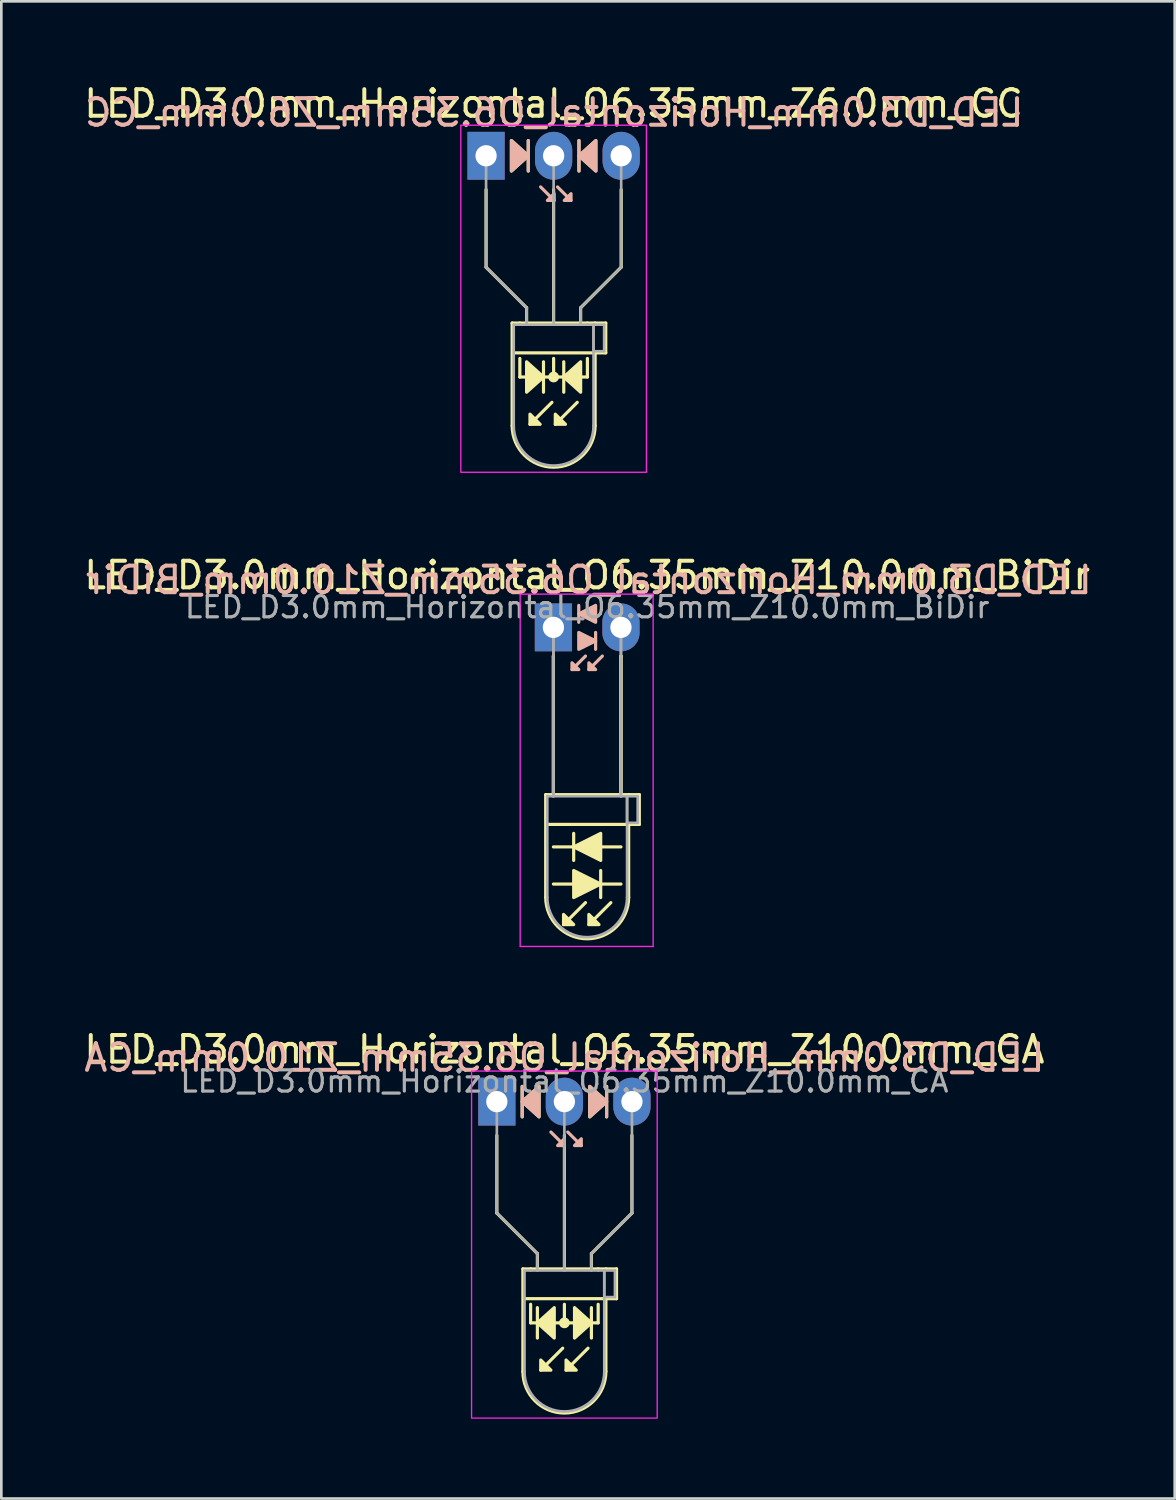
<source format=kicad_pcb>
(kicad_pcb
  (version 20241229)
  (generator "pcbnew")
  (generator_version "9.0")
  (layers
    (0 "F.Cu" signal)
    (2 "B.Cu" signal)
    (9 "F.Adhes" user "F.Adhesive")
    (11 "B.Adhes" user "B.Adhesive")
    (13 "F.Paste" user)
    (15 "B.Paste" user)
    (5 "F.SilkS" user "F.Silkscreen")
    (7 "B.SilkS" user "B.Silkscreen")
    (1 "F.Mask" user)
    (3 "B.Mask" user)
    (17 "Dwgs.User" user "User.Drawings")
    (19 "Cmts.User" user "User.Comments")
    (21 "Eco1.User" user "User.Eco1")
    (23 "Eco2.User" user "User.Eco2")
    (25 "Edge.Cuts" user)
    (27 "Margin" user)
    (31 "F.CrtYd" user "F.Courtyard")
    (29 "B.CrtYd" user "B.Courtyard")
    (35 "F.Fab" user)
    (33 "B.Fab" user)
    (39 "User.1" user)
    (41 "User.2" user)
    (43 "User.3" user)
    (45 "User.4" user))
  (footprint "LED_D3.0mm_Horizontal_O6.35mm_Z10.0mm_CA"
    (layer "F.Cu")
    (at 15.633 38.375)
    (property "Reference" "LED_D3.0mm_Horizontal_O6.35mm_Z10.0mm_CA" (at 2.54 -1.96 0) (layer "F.SilkS") (effects (font (size 1 1) (thickness 0.15))))
    (fp_line (start 0 1.27) (end 0 4.191) (stroke (width 0.12) (type default)) (layer "F.SilkS"))
    (fp_line (start 0 4.191) (end 1.524 5.715) (stroke (width 0.12) (type default)) (layer "F.SilkS"))
    (fp_line (start 0.953 -0.572) (end 0.953 0.572) (stroke (width 0.12) (type solid)) (layer "F.SilkS"))
    (fp_line (start 0.98 6.29) (end 0.98 10.15) (stroke (width 0.12) (type solid)) (layer "F.SilkS"))
    (fp_line (start 0.98 6.29) (end 4.1 6.29) (stroke (width 0.12) (type solid)) (layer "F.SilkS"))
    (fp_line (start 1.27 6.29) (end 1.27 6.29) (stroke (width 0.12) (type solid)) (layer "F.SilkS"))
    (fp_line (start 1.27 8.319) (end 1.27 7.62) (stroke (width 0.12) (type default)) (layer "F.SilkS"))
    (fp_line (start 1.524 5.715) (end 1.524 6.223) (stroke (width 0.12) (type default)) (layer "F.SilkS"))
    (fp_line (start 1.524 7.747) (end 1.524 8.89) (stroke (width 0.12) (type solid)) (layer "F.SilkS"))
    (fp_line (start 2.477 9.271) (end 1.651 10.097) (stroke (width 0.12) (type solid)) (layer "F.SilkS"))
    (fp_line (start 2.54 6.29) (end 2.54 1.27) (stroke (width 0.12) (type default)) (layer "F.SilkS"))
    (fp_line (start 2.54 8.319) (end 2.54 7.62) (stroke (width 0.12) (type default)) (layer "F.SilkS"))
    (fp_line (start 3.429 9.271) (end 2.603 10.097) (stroke (width 0.12) (type solid)) (layer "F.SilkS"))
    (fp_line (start 3.556 5.715) (end 3.556 6.223) (stroke (width 0.12) (type default)) (layer "F.SilkS"))
    (fp_line (start 3.556 8.89) (end 3.556 7.747) (stroke (width 0.12) (type solid)) (layer "F.SilkS"))
    (fp_line (start 3.81 6.29) (end 3.81 6.29) (stroke (width 0.12) (type solid)) (layer "F.SilkS"))
    (fp_line (start 3.81 8.319) (end 1.27 8.319) (stroke (width 0.12) (type default)) (layer "F.SilkS"))
    (fp_line (start 3.81 8.319) (end 3.81 7.62) (stroke (width 0.12) (type default)) (layer "F.SilkS"))
    (fp_line (start 4.1 6.29) (end 4.5 6.29) (stroke (width 0.12) (type solid)) (layer "F.SilkS"))
    (fp_line (start 4.1 7.41) (end 4.1 10.15) (stroke (width 0.12) (type solid)) (layer "F.SilkS"))
    (fp_line (start 4.128 0.572) (end 4.128 -0.572) (stroke (width 0.12) (type solid)) (layer "F.SilkS"))
    (fp_line (start 4.5 6.29) (end 4.5 7.41) (stroke (width 0.12) (type solid)) (layer "F.SilkS"))
    (fp_line (start 4.5 7.41) (end 1.016 7.41) (stroke (width 0.12) (type solid)) (layer "F.SilkS"))
    (fp_line (start 5.08 1.27) (end 5.08 4.191) (stroke (width 0.12) (type default)) (layer "F.SilkS"))
    (fp_line (start 5.08 4.191) (end 3.556 5.715) (stroke (width 0.12) (type default)) (layer "F.SilkS"))
    (fp_arc (start 4.1 10.15) (mid 2.54 11.71) (end 0.98 10.15) (stroke (width 0.12) (type solid)) (layer "F.SilkS"))
    (fp_circle (center 2.54 8.319) (end 2.682 8.319) (stroke (width 0.12) (type solid)) (fill yes) (layer "F.SilkS"))
    (fp_poly (pts (xy 1.587 0.572) (xy 0.953 0) (xy 1.587 -0.572)) (stroke (width 0.12) (type solid)) (fill yes) (layer "F.SilkS"))
    (fp_poly (pts (xy 1.651 9.716) (xy 2.032 10.097) (xy 1.651 10.097)) (stroke (width 0.12) (type solid)) (fill yes) (layer "F.SilkS"))
    (fp_poly (pts (xy 2.159 8.89) (xy 1.524 8.319) (xy 2.159 7.747)) (stroke (width 0.12) (type solid)) (fill yes) (layer "F.SilkS"))
    (fp_poly (pts (xy 2.603 9.716) (xy 2.985 10.097) (xy 2.603 10.097)) (stroke (width 0.12) (type solid)) (fill yes) (layer "F.SilkS"))
    (fp_poly (pts (xy 2.921 7.747) (xy 3.556 8.319) (xy 2.921 8.89)) (stroke (width 0.12) (type solid)) (fill yes) (layer "F.SilkS"))
    (fp_poly (pts (xy 3.493 -0.572) (xy 4.128 0) (xy 3.493 0.572)) (stroke (width 0.12) (type solid)) (fill yes) (layer "F.SilkS"))
    (fp_line (start 0.953 -0.572) (end 0.953 0.572) (stroke (width 0.12) (type solid)) (layer "B.SilkS"))
    (fp_line (start 2.54 1.651) (end 2.032 1.143) (stroke (width 0.12) (type solid)) (layer "B.SilkS"))
    (fp_line (start 3.175 1.651) (end 2.667 1.143) (stroke (width 0.12) (type solid)) (layer "B.SilkS"))
    (fp_line (start 4.128 0.572) (end 4.128 -0.572) (stroke (width 0.12) (type solid)) (layer "B.SilkS"))
    (fp_poly (pts (xy 1.587 0.572) (xy 0.953 0) (xy 1.587 -0.572)) (stroke (width 0.12) (type solid)) (fill yes) (layer "B.SilkS"))
    (fp_poly (pts (xy 2.54 1.397) (xy 2.286 1.651) (xy 2.54 1.651)) (stroke (width 0.12) (type solid)) (fill yes) (layer "B.SilkS"))
    (fp_poly (pts (xy 3.175 1.397) (xy 2.921 1.651) (xy 3.175 1.651)) (stroke (width 0.12) (type solid)) (fill yes) (layer "B.SilkS"))
    (fp_poly (pts (xy 3.493 0.572) (xy 4.128 0) (xy 3.493 -0.572)) (stroke (width 0.12) (type solid)) (fill yes) (layer "B.SilkS"))
    (fp_rect (start -0.95 -1.15) (end 6.03 11.9) (stroke (width 0.05) (type default)) (fill no) (layer "F.CrtYd"))
    (fp_line (start 0 0) (end 0 0) (stroke (width 0.1) (type solid)) (layer "F.Fab"))
    (fp_line (start 0 4.191) (end 0 0) (stroke (width 0.1) (type default)) (layer "F.Fab"))
    (fp_line (start 1.04 6.35) (end 1.04 10.15) (stroke (width 0.1) (type solid)) (layer "F.Fab"))
    (fp_line (start 1.04 6.35) (end 4.04 6.35) (stroke (width 0.1) (type solid)) (layer "F.Fab"))
    (fp_line (start 1.27 6.35) (end 1.27 6.35) (stroke (width 0.1) (type solid)) (layer "F.Fab"))
    (fp_line (start 1.524 5.715) (end 0 4.191) (stroke (width 0.1) (type default)) (layer "F.Fab"))
    (fp_line (start 1.524 6.35) (end 1.524 5.715) (stroke (width 0.1) (type default)) (layer "F.Fab"))
    (fp_line (start 2.54 0) (end 2.54 0) (stroke (width 0.1) (type solid)) (layer "F.Fab"))
    (fp_line (start 2.54 0) (end 2.54 6.35) (stroke (width 0.1) (type default)) (layer "F.Fab"))
    (fp_line (start 3.556 5.715) (end 5.08 4.191) (stroke (width 0.1) (type default)) (layer "F.Fab"))
    (fp_line (start 3.556 6.35) (end 3.556 5.715) (stroke (width 0.1) (type default)) (layer "F.Fab"))
    (fp_line (start 3.81 6.35) (end 3.81 6.35) (stroke (width 0.1) (type solid)) (layer "F.Fab"))
    (fp_line (start 4.04 6.35) (end 4.04 10.15) (stroke (width 0.1) (type solid)) (layer "F.Fab"))
    (fp_line (start 4.04 6.35) (end 4.44 6.35) (stroke (width 0.1) (type solid)) (layer "F.Fab"))
    (fp_line (start 4.04 7.35) (end 4.04 6.35) (stroke (width 0.1) (type solid)) (layer "F.Fab"))
    (fp_line (start 4.44 6.35) (end 4.44 7.35) (stroke (width 0.1) (type solid)) (layer "F.Fab"))
    (fp_line (start 4.44 7.35) (end 4.04 7.35) (stroke (width 0.1) (type solid)) (layer "F.Fab"))
    (fp_line (start 5.08 4.191) (end 5.08 0) (stroke (width 0.1) (type default)) (layer "F.Fab"))
    (fp_arc (start 4.04 10.15) (mid 2.54 11.65) (end 1.04 10.15) (stroke (width 0.1) (type solid)) (layer "F.Fab"))
    (fp_text user "${REFERENCE}" (at 2.54 -1.651 0) (layer "B.SilkS") (effects (font (size 1 1) (thickness 0.15)) (justify mirror)))
    (fp_text user "${REFERENCE}" (at 2.54 -0.762 0) (layer "F.Fab") (effects (font (size 0.8 0.8) (thickness 0.12))))
    (pad "1" thru_hole rect (at 0 0) (size 1.4 1.8) (drill 0.8) (layers "*.Cu" "*.Mask"))
    (pad "2" thru_hole oval (at 2.54 0) (size 1.4 1.8) (drill 0.8) (layers "*.Cu" "*.Mask"))
    (pad "3" thru_hole oval (at 5.08 0) (size 1.4 1.8) (drill 0.8) (layers "*.Cu" "*.Mask")))
  (footprint "LED_D3.0mm_Horizontal_O6.35mm_Z6.0mm_CC"
    (layer "F.Cu")
    (at 15.228 2.808)
    (property "Reference" "LED_D3.0mm_Horizontal_O6.35mm_Z6.0mm_CC" (at 2.54 -1.96 0) (layer "F.SilkS") (effects (font (size 1 1) (thickness 0.15))))
    (fp_line (start 0 1.27) (end 0 4.191) (stroke (width 0.12) (type default)) (layer "F.SilkS"))
    (fp_line (start 0 4.191) (end 1.524 5.715) (stroke (width 0.12) (type default)) (layer "F.SilkS"))
    (fp_line (start 0.98 6.29) (end 0.98 10.15) (stroke (width 0.12) (type solid)) (layer "F.SilkS"))
    (fp_line (start 0.98 6.29) (end 4.1 6.29) (stroke (width 0.12) (type solid)) (layer "F.SilkS"))
    (fp_line (start 1.27 6.29) (end 1.27 6.29) (stroke (width 0.12) (type solid)) (layer "F.SilkS"))
    (fp_line (start 1.27 8.319) (end 1.27 7.62) (stroke (width 0.12) (type default)) (layer "F.SilkS"))
    (fp_line (start 1.524 5.715) (end 1.524 6.223) (stroke (width 0.12) (type default)) (layer "F.SilkS"))
    (fp_line (start 1.587 0.572) (end 1.587 -0.572) (stroke (width 0.12) (type solid)) (layer "F.SilkS"))
    (fp_line (start 2.159 8.89) (end 2.159 7.747) (stroke (width 0.12) (type solid)) (layer "F.SilkS"))
    (fp_line (start 2.477 9.271) (end 1.651 10.097) (stroke (width 0.12) (type solid)) (layer "F.SilkS"))
    (fp_line (start 2.54 6.29) (end 2.54 1.27) (stroke (width 0.12) (type default)) (layer "F.SilkS"))
    (fp_line (start 2.54 8.319) (end 2.54 7.62) (stroke (width 0.12) (type default)) (layer "F.SilkS"))
    (fp_line (start 2.921 7.747) (end 2.921 8.89) (stroke (width 0.12) (type solid)) (layer "F.SilkS"))
    (fp_line (start 3.429 9.271) (end 2.603 10.097) (stroke (width 0.12) (type solid)) (layer "F.SilkS"))
    (fp_line (start 3.493 -0.572) (end 3.493 0.572) (stroke (width 0.12) (type solid)) (layer "F.SilkS"))
    (fp_line (start 3.556 5.715) (end 3.556 6.223) (stroke (width 0.12) (type default)) (layer "F.SilkS"))
    (fp_line (start 3.81 6.29) (end 3.81 6.29) (stroke (width 0.12) (type solid)) (layer "F.SilkS"))
    (fp_line (start 3.81 8.319) (end 1.27 8.319) (stroke (width 0.12) (type default)) (layer "F.SilkS"))
    (fp_line (start 3.81 8.319) (end 3.81 7.62) (stroke (width 0.12) (type default)) (layer "F.SilkS"))
    (fp_line (start 4.1 6.29) (end 4.5 6.29) (stroke (width 0.12) (type solid)) (layer "F.SilkS"))
    (fp_line (start 4.1 7.41) (end 4.1 10.15) (stroke (width 0.12) (type solid)) (layer "F.SilkS"))
    (fp_line (start 4.5 6.29) (end 4.5 7.41) (stroke (width 0.12) (type solid)) (layer "F.SilkS"))
    (fp_line (start 4.5 7.41) (end 1.016 7.41) (stroke (width 0.12) (type solid)) (layer "F.SilkS"))
    (fp_line (start 5.08 1.27) (end 5.08 4.191) (stroke (width 0.12) (type default)) (layer "F.SilkS"))
    (fp_line (start 5.08 4.191) (end 3.556 5.715) (stroke (width 0.12) (type default)) (layer "F.SilkS"))
    (fp_arc (start 4.1 10.15) (mid 2.54 11.71) (end 0.98 10.15) (stroke (width 0.12) (type solid)) (layer "F.SilkS"))
    (fp_circle (center 2.54 8.319) (end 2.682 8.319) (stroke (width 0.12) (type solid)) (fill yes) (layer "F.SilkS"))
    (fp_poly (pts (xy 0.953 -0.572) (xy 1.587 0) (xy 0.953 0.572)) (stroke (width 0.12) (type solid)) (fill yes) (layer "F.SilkS"))
    (fp_poly (pts (xy 1.524 7.747) (xy 2.159 8.319) (xy 1.524 8.89)) (stroke (width 0.12) (type solid)) (fill yes) (layer "F.SilkS"))
    (fp_poly (pts (xy 1.651 9.716) (xy 2.032 10.097) (xy 1.651 10.097)) (stroke (width 0.12) (type solid)) (fill yes) (layer "F.SilkS"))
    (fp_poly (pts (xy 2.603 9.716) (xy 2.985 10.097) (xy 2.603 10.097)) (stroke (width 0.12) (type solid)) (fill yes) (layer "F.SilkS"))
    (fp_poly (pts (xy 3.556 8.89) (xy 2.921 8.319) (xy 3.556 7.747)) (stroke (width 0.12) (type solid)) (fill yes) (layer "F.SilkS"))
    (fp_poly (pts (xy 4.128 0.572) (xy 3.493 0) (xy 4.128 -0.572)) (stroke (width 0.12) (type solid)) (fill yes) (layer "F.SilkS"))
    (fp_line (start 1.587 0.572) (end 1.587 -0.572) (stroke (width 0.12) (type solid)) (layer "B.SilkS"))
    (fp_line (start 2.559 1.679) (end 2.051 1.171) (stroke (width 0.12) (type solid)) (layer "B.SilkS"))
    (fp_line (start 3.194 1.679) (end 2.686 1.171) (stroke (width 0.12) (type solid)) (layer "B.SilkS"))
    (fp_line (start 3.493 -0.572) (end 3.493 0.572) (stroke (width 0.12) (type solid)) (layer "B.SilkS"))
    (fp_poly (pts (xy 0.953 0.572) (xy 1.587 0) (xy 0.953 -0.572)) (stroke (width 0.12) (type solid)) (fill yes) (layer "B.SilkS"))
    (fp_poly (pts (xy 2.559 1.425) (xy 2.305 1.679) (xy 2.559 1.679)) (stroke (width 0.12) (type solid)) (fill yes) (layer "B.SilkS"))
    (fp_poly (pts (xy 3.194 1.425) (xy 2.94 1.679) (xy 3.194 1.679)) (stroke (width 0.12) (type solid)) (fill yes) (layer "B.SilkS"))
    (fp_poly (pts (xy 4.128 0.572) (xy 3.493 0) (xy 4.128 -0.572)) (stroke (width 0.12) (type solid)) (fill yes) (layer "B.SilkS"))
    (fp_rect (start -0.95 -1.15) (end 6.03 11.9) (stroke (width 0.05) (type default)) (fill no) (layer "F.CrtYd"))
    (fp_line (start 0 0) (end 0 0) (stroke (width 0.1) (type solid)) (layer "F.Fab"))
    (fp_line (start 0 4.191) (end 0 0) (stroke (width 0.1) (type default)) (layer "F.Fab"))
    (fp_line (start 1.04 6.35) (end 1.04 10.15) (stroke (width 0.1) (type solid)) (layer "F.Fab"))
    (fp_line (start 1.04 6.35) (end 4.04 6.35) (stroke (width 0.1) (type solid)) (layer "F.Fab"))
    (fp_line (start 1.27 6.35) (end 1.27 6.35) (stroke (width 0.1) (type solid)) (layer "F.Fab"))
    (fp_line (start 1.524 5.715) (end 0 4.191) (stroke (width 0.1) (type default)) (layer "F.Fab"))
    (fp_line (start 1.524 6.35) (end 1.524 5.715) (stroke (width 0.1) (type default)) (layer "F.Fab"))
    (fp_line (start 2.54 0) (end 2.54 0) (stroke (width 0.1) (type solid)) (layer "F.Fab"))
    (fp_line (start 2.54 0) (end 2.54 6.35) (stroke (width 0.1) (type default)) (layer "F.Fab"))
    (fp_line (start 3.556 5.715) (end 5.08 4.191) (stroke (width 0.1) (type default)) (layer "F.Fab"))
    (fp_line (start 3.556 6.35) (end 3.556 5.715) (stroke (width 0.1) (type default)) (layer "F.Fab"))
    (fp_line (start 3.81 6.35) (end 3.81 6.35) (stroke (width 0.1) (type solid)) (layer "F.Fab"))
    (fp_line (start 4.04 6.35) (end 4.04 10.15) (stroke (width 0.1) (type solid)) (layer "F.Fab"))
    (fp_line (start 4.04 6.35) (end 4.44 6.35) (stroke (width 0.1) (type solid)) (layer "F.Fab"))
    (fp_line (start 4.04 7.35) (end 4.04 6.35) (stroke (width 0.1) (type solid)) (layer "F.Fab"))
    (fp_line (start 4.44 6.35) (end 4.44 7.35) (stroke (width 0.1) (type solid)) (layer "F.Fab"))
    (fp_line (start 4.44 7.35) (end 4.04 7.35) (stroke (width 0.1) (type solid)) (layer "F.Fab"))
    (fp_line (start 5.08 4.191) (end 5.08 0) (stroke (width 0.1) (type default)) (layer "F.Fab"))
    (fp_arc (start 4.04 10.15) (mid 2.54 11.65) (end 1.04 10.15) (stroke (width 0.1) (type solid)) (layer "F.Fab"))
    (fp_text user "${REFERENCE}" (at 2.559 -1.623 0) (layer "B.SilkS") (effects (font (size 1 1) (thickness 0.15)) (justify mirror)))
    (pad "1" thru_hole rect (at 0 0) (size 1.4 1.8) (drill 0.8) (layers "*.Cu" "*.Mask"))
    (pad "2" thru_hole oval (at 2.54 0) (size 1.4 1.8) (drill 0.8) (layers "*.Cu" "*.Mask"))
    (pad "3" thru_hole oval (at 5.08 0) (size 1.4 1.8) (drill 0.8) (layers "*.Cu" "*.Mask")))
  (footprint "LED_D3.0mm_Horizontal_O6.35mm_Z10.0mm_BiDir"
    (layer "F.Cu")
    (at 17.76 20.541)
    (property "Reference" "LED_D3.0mm_Horizontal_O6.35mm_Z10.0mm_BiDir" (at 1.27 -1.96 0) (layer "F.SilkS") (effects (font (size 1 1) (thickness 0.15))))
    (fp_line (start -0.29 6.29) (end -0.29 10.15) (stroke (width 0.12) (type solid)) (layer "F.SilkS"))
    (fp_line (start -0.29 6.29) (end 2.83 6.29) (stroke (width 0.12) (type solid)) (layer "F.SilkS"))
    (fp_line (start 0 1.08) (end 0 1.08) (stroke (width 0.12) (type solid)) (layer "F.SilkS"))
    (fp_line (start 0 1.08) (end 0 6.29) (stroke (width 0.12) (type solid)) (layer "F.SilkS"))
    (fp_line (start 0 6.29) (end 0 1.08) (stroke (width 0.12) (type solid)) (layer "F.SilkS"))
    (fp_line (start 0 6.29) (end 0 6.29) (stroke (width 0.12) (type solid)) (layer "F.SilkS"))
    (fp_line (start 0 9.652) (end 2.54 9.652) (stroke (width 0.12) (type solid)) (layer "F.SilkS"))
    (fp_line (start 0.762 7.747) (end 0.762 8.763) (stroke (width 0.12) (type solid)) (layer "F.SilkS"))
    (fp_line (start 1.206 10.351) (end 0.381 11.176) (stroke (width 0.12) (type solid)) (layer "F.SilkS"))
    (fp_line (start 1.778 10.16) (end 1.778 9.144) (stroke (width 0.12) (type solid)) (layer "F.SilkS"))
    (fp_line (start 2.159 10.351) (end 1.333 11.176) (stroke (width 0.12) (type solid)) (layer "F.SilkS"))
    (fp_line (start 2.54 1.08) (end 2.54 1.08) (stroke (width 0.12) (type solid)) (layer "F.SilkS"))
    (fp_line (start 2.54 1.08) (end 2.54 6.29) (stroke (width 0.12) (type solid)) (layer "F.SilkS"))
    (fp_line (start 2.54 6.29) (end 2.54 1.08) (stroke (width 0.12) (type solid)) (layer "F.SilkS"))
    (fp_line (start 2.54 6.29) (end 2.54 6.29) (stroke (width 0.12) (type solid)) (layer "F.SilkS"))
    (fp_line (start 2.54 8.255) (end 0 8.255) (stroke (width 0.12) (type solid)) (layer "F.SilkS"))
    (fp_line (start 2.83 6.29) (end 3.23 6.29) (stroke (width 0.12) (type solid)) (layer "F.SilkS"))
    (fp_line (start 2.83 7.41) (end 2.83 10.15) (stroke (width 0.12) (type solid)) (layer "F.SilkS"))
    (fp_line (start 3.23 6.29) (end 3.23 7.41) (stroke (width 0.12) (type solid)) (layer "F.SilkS"))
    (fp_line (start 3.23 7.41) (end -0.254 7.41) (stroke (width 0.12) (type solid)) (layer "F.SilkS"))
    (fp_arc (start 2.83 10.15) (mid 1.27 11.71) (end -0.29 10.15) (stroke (width 0.12) (type solid)) (layer "F.SilkS"))
    (fp_poly (pts (xy 0.381 10.795) (xy 0.762 11.176) (xy 0.381 11.176)) (stroke (width 0.12) (type solid)) (fill yes) (layer "F.SilkS"))
    (fp_poly (pts (xy 0.762 9.144) (xy 1.778 9.652) (xy 0.762 10.16)) (stroke (width 0.12) (type solid)) (fill yes) (layer "F.SilkS"))
    (fp_poly (pts (xy 1.333 10.795) (xy 1.714 11.176) (xy 1.333 11.176)) (stroke (width 0.12) (type solid)) (fill yes) (layer "F.SilkS"))
    (fp_poly (pts (xy 1.778 8.763) (xy 0.762 8.255) (xy 1.778 7.747)) (stroke (width 0.12) (type solid)) (fill yes) (layer "F.SilkS"))
    (fp_line (start 0.953 -0.826) (end 0.953 -0.191) (stroke (width 0.12) (type solid)) (layer "B.SilkS"))
    (fp_line (start 1.206 1.079) (end 0.699 1.587) (stroke (width 0.12) (type solid)) (layer "B.SilkS"))
    (fp_line (start 1.587 0.826) (end 1.587 0.191) (stroke (width 0.12) (type solid)) (layer "B.SilkS"))
    (fp_line (start 1.841 1.079) (end 1.333 1.587) (stroke (width 0.12) (type solid)) (layer "B.SilkS"))
    (fp_poly (pts (xy 0.699 1.333) (xy 0.953 1.587) (xy 0.699 1.587)) (stroke (width 0.12) (type solid)) (fill yes) (layer "B.SilkS"))
    (fp_poly (pts (xy 0.953 0.191) (xy 1.587 0.508) (xy 0.953 0.826)) (stroke (width 0.12) (type solid)) (fill yes) (layer "B.SilkS"))
    (fp_poly (pts (xy 1.333 1.333) (xy 1.587 1.587) (xy 1.333 1.587)) (stroke (width 0.12) (type solid)) (fill yes) (layer "B.SilkS"))
    (fp_poly (pts (xy 1.587 -0.191) (xy 0.953 -0.508) (xy 1.587 -0.826)) (stroke (width 0.12) (type solid)) (fill yes) (layer "B.SilkS"))
    (fp_line (start -1.25 -1.25) (end -1.25 12) (stroke (width 0.05) (type solid)) (layer "F.CrtYd"))
    (fp_line (start -1.25 12) (end 3.75 12) (stroke (width 0.05) (type solid)) (layer "F.CrtYd"))
    (fp_line (start 3.75 -1.25) (end -1.25 -1.25) (stroke (width 0.05) (type solid)) (layer "F.CrtYd"))
    (fp_line (start 3.75 12) (end 3.75 -1.25) (stroke (width 0.05) (type solid)) (layer "F.CrtYd"))
    (fp_line (start -0.23 6.35) (end -0.23 10.15) (stroke (width 0.1) (type solid)) (layer "F.Fab"))
    (fp_line (start -0.23 6.35) (end 2.77 6.35) (stroke (width 0.1) (type solid)) (layer "F.Fab"))
    (fp_line (start 0 0) (end 0 0) (stroke (width 0.1) (type solid)) (layer "F.Fab"))
    (fp_line (start 0 0) (end 0 6.35) (stroke (width 0.1) (type solid)) (layer "F.Fab"))
    (fp_line (start 0 6.35) (end 0 0) (stroke (width 0.1) (type solid)) (layer "F.Fab"))
    (fp_line (start 0 6.35) (end 0 6.35) (stroke (width 0.1) (type solid)) (layer "F.Fab"))
    (fp_line (start 2.54 0) (end 2.54 0) (stroke (width 0.1) (type solid)) (layer "F.Fab"))
    (fp_line (start 2.54 0) (end 2.54 6.35) (stroke (width 0.1) (type solid)) (layer "F.Fab"))
    (fp_line (start 2.54 6.35) (end 2.54 0) (stroke (width 0.1) (type solid)) (layer "F.Fab"))
    (fp_line (start 2.54 6.35) (end 2.54 6.35) (stroke (width 0.1) (type solid)) (layer "F.Fab"))
    (fp_line (start 2.77 6.35) (end 2.77 10.15) (stroke (width 0.1) (type solid)) (layer "F.Fab"))
    (fp_line (start 2.77 6.35) (end 3.17 6.35) (stroke (width 0.1) (type solid)) (layer "F.Fab"))
    (fp_line (start 2.77 7.35) (end 2.77 6.35) (stroke (width 0.1) (type solid)) (layer "F.Fab"))
    (fp_line (start 3.17 6.35) (end 3.17 7.35) (stroke (width 0.1) (type solid)) (layer "F.Fab"))
    (fp_line (start 3.17 7.35) (end 2.77 7.35) (stroke (width 0.1) (type solid)) (layer "F.Fab"))
    (fp_arc (start 2.77 10.15) (mid 1.27 11.65) (end -0.23 10.15) (stroke (width 0.1) (type solid)) (layer "F.Fab"))
    (fp_text user "${REFERENCE}" (at 1.333 -1.778 0) (layer "B.SilkS") (effects (font (size 1 1) (thickness 0.15)) (justify mirror)))
    (fp_text user "${REFERENCE}" (at 1.27 -0.762 0) (layer "F.Fab") (effects (font (size 0.8 0.8) (thickness 0.12))))
    (pad "1" thru_hole rect (at 0 0) (size 1.4 1.8) (drill 0.8) (layers "*.Cu" "*.Mask"))
    (pad "2" thru_hole oval (at 2.54 0) (size 1.4 1.8) (drill 0.8) (layers "*.Cu" "*.Mask")))
  (gr_rect
    (start -3 -3)
    (end 41.123 53.3)
    (stroke (width 0.1) (type default))
    (fill no)
    (layer "Edge.Cuts")))
</source>
